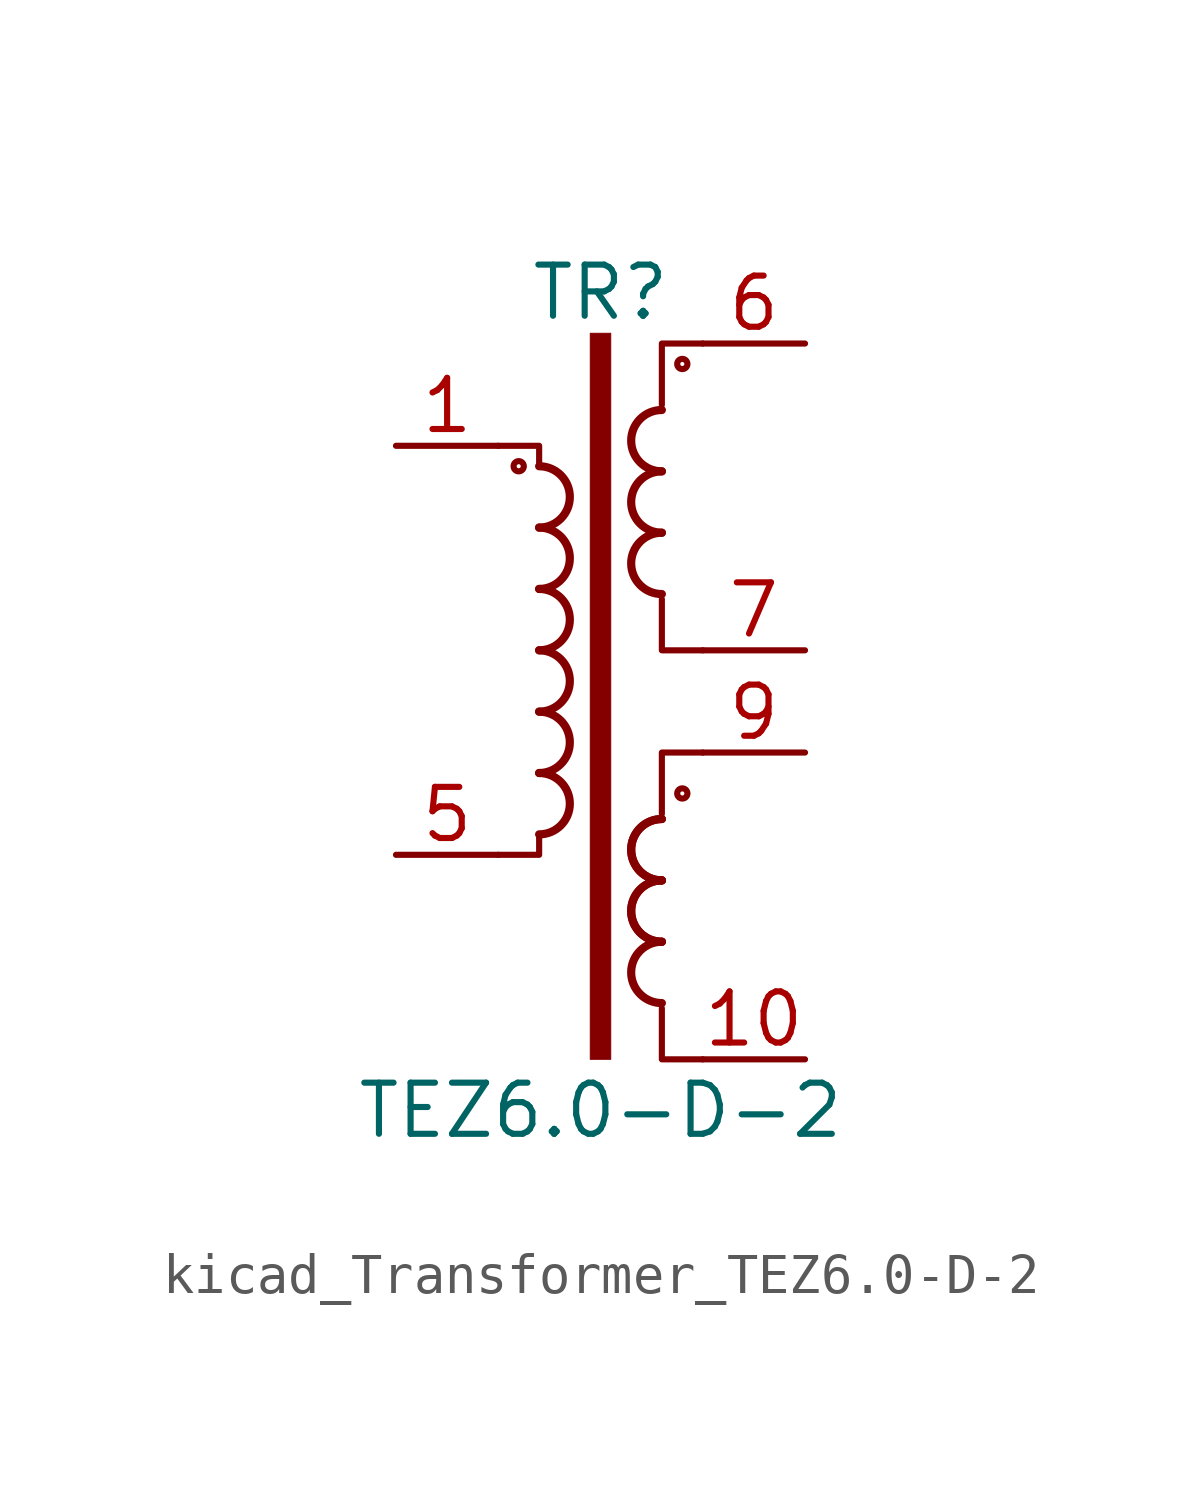
<source format=kicad_sym>
(kicad_symbol_lib
  (version 20220914)
  (generator kicad_symbol_editor)
  (symbol "kicad_Transformer_TEZ6.0-D-2"
    (pin_names
      (offset 0.025))
    (property "Reference" "TR"
      (at 0 8.89 0)
      (effects (font (size 1.27 1.27))))
    (property "Value" "TEZ6.0-D-2"
      (at 0 -11.43 0)
      (effects (font (size 1.27 1.27))))
    (symbol "kicad_Transformer_TEZ6.0-D-2_0_1"
      (circle (center -2.032 4.572) (radius 0.127) (stroke (width 0) (type default)) (fill (type none)))
      (arc (start -1.524 -4.572) (mid -0.7653 -3.81) (end -1.524 -3.048) (stroke (width 0.2032) (type default)) (fill (type none)))
      (arc (start -1.524 -3.048) (mid -0.7653 -2.286) (end -1.524 -1.524) (stroke (width 0.2032) (type default)) (fill (type none)))
      (arc (start -1.524 -1.524) (mid -0.7653 -0.762) (end -1.524 0) (stroke (width 0.2032) (type default)) (fill (type none)))
      (arc (start -1.524 0) (mid -0.7653 0.762) (end -1.524 1.524) (stroke (width 0.2032) (type default)) (fill (type none)))
      (arc (start -1.524 1.524) (mid -0.7653 2.286) (end -1.524 3.048) (stroke (width 0.2032) (type default)) (fill (type none)))
      (arc (start -1.524 3.048) (mid -0.7653 3.81) (end -1.524 4.572) (stroke (width 0.2032) (type default)) (fill (type none)))
      (rectangle (start -0.254 7.874) (end 0.254 -10.16) (stroke (width 0.025) (type default)) (fill (type outline)))
      (polyline (pts (xy -1.524 -4.572) (xy -1.524 -5.08) (xy -2.54 -5.08)) (stroke (width 0) (type default)) (fill (type none)))
      (polyline (pts (xy -1.524 4.572) (xy -1.524 5.08) (xy -2.54 5.08)) (stroke (width 0) (type default)) (fill (type none)))
      (polyline (pts (xy 1.524 -8.89) (xy 1.524 -10.16) (xy 2.54 -10.16)) (stroke (width 0) (type default)) (fill (type none)))
      (polyline (pts (xy 2.54 -2.54) (xy 1.524 -2.54) (xy 1.524 -4.064)) (stroke (width 0) (type default)) (fill (type none)))
      (polyline (pts (xy 2.54 0) (xy 1.524 0) (xy 1.524 1.27)) (stroke (width 0) (type default)) (fill (type none)))
      (polyline (pts (xy 2.54 7.62) (xy 1.524 7.62) (xy 1.524 6.096)) (stroke (width 0) (type default)) (fill (type none)))
      (arc (start 1.524 -7.239) (mid 0.7653 -8.001) (end 1.524 -8.763) (stroke (width 0.2032) (type default)) (fill (type none)))
      (arc (start 1.524 -5.715) (mid 0.7653 -6.477) (end 1.524 -7.239) (stroke (width 0.2032) (type default)) (fill (type none)))
      (arc (start 1.524 -5.715) (mid 0.7653 -6.477) (end 1.524 -7.239) (stroke (width 0.2032) (type default)) (fill (type none)))
      (arc (start 1.524 -4.191) (mid 0.7653 -4.953) (end 1.524 -5.715) (stroke (width 0.2032) (type default)) (fill (type none)))
      (arc (start 1.524 -4.191) (mid 0.7653 -4.953) (end 1.524 -5.715) (stroke (width 0.2032) (type default)) (fill (type none)))
      (arc (start 1.524 2.921) (mid 0.7653 2.159) (end 1.524 1.397) (stroke (width 0.2032) (type default)) (fill (type none)))
      (arc (start 1.524 4.445) (mid 0.7653 3.683) (end 1.524 2.921) (stroke (width 0.2032) (type default)) (fill (type none)))
      (arc (start 1.524 5.969) (mid 0.7653 5.207) (end 1.524 4.445) (stroke (width 0.2032) (type default)) (fill (type none)))
      (circle (center 2.032 -3.556) (radius 0.127) (stroke (width 0) (type default)) (fill (type none)))
      (circle (center 2.032 7.112) (radius 0.127) (stroke (width 0) (type default)) (fill (type none))))
    (symbol "kicad_Transformer_TEZ6.0-D-2_1_1"
      (pin passive line (at -5.08 5.08 0) (length 2.54) (name "~" (effects (font (size 1.27 1.27)))) (number "1" (effects (font (size 1.27 1.27)))))
      (pin passive line (at 5.08 -10.16 180) (length 2.54) (name "~" (effects (font (size 1.27 1.27)))) (number "10" (effects (font (size 1.27 1.27)))))
      (pin passive line (at -5.08 -5.08 0) (length 2.54) (name "~" (effects (font (size 1.27 1.27)))) (number "5" (effects (font (size 1.27 1.27)))))
      (pin passive line (at 5.08 7.62 180) (length 2.54) (name "~" (effects (font (size 1.27 1.27)))) (number "6" (effects (font (size 1.27 1.27)))))
      (pin passive line (at 5.08 0 180) (length 2.54) (name "~" (effects (font (size 1.27 1.27)))) (number "7" (effects (font (size 1.27 1.27)))))
      (pin passive line (at 5.08 -2.54 180) (length 2.54) (name "~" (effects (font (size 1.27 1.27)))) (number "9" (effects (font (size 1.27 1.27))))))))
</source>
